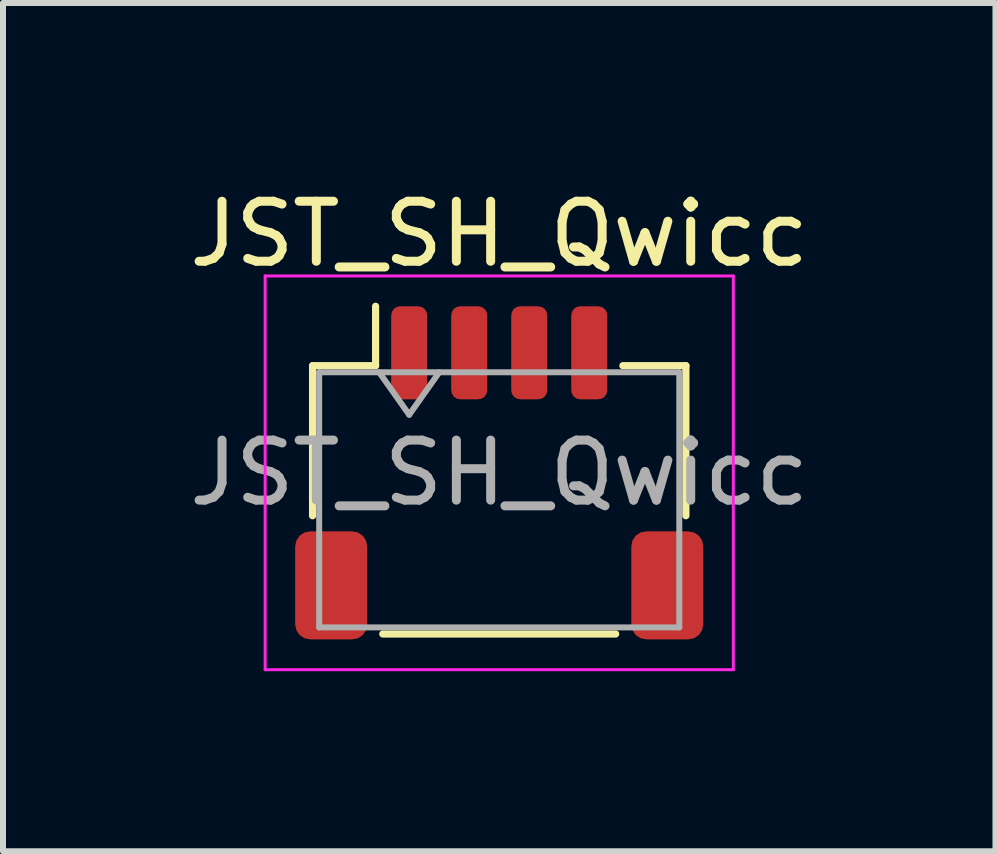
<source format=kicad_pcb>
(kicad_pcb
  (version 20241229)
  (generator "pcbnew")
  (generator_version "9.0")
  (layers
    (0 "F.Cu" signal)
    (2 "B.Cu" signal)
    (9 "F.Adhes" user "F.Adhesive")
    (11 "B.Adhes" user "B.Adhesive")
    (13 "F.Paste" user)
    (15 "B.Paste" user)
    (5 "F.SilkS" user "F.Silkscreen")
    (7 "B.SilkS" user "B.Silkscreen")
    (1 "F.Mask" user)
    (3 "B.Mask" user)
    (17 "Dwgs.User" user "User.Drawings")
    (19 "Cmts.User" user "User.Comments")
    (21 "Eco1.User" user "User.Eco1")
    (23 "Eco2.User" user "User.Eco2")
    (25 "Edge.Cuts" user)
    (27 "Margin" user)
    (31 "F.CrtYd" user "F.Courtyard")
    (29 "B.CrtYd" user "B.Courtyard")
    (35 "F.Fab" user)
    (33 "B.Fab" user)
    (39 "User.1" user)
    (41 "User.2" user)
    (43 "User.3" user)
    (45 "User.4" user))
  (footprint "JST_SH_Qwicc"
    (layer "F.Cu")
    (at 5.268 4.828)
    (property "Reference" "JST_SH_Qwicc" (at 0 -3.98 0) (layer "F.SilkS") (effects (font (size 1 1) (thickness 0.15))))
    (attr smd)
    (fp_line (start -3.11 -1.785) (end -2.06 -1.785) (stroke (width 0.12) (type solid)) (layer "F.SilkS"))
    (fp_line (start -3.11 0.715) (end -3.11 -1.785) (stroke (width 0.12) (type solid)) (layer "F.SilkS"))
    (fp_line (start -2.06 -1.785) (end -2.06 -2.775) (stroke (width 0.12) (type solid)) (layer "F.SilkS"))
    (fp_line (start -1.94 2.685) (end 1.94 2.685) (stroke (width 0.12) (type solid)) (layer "F.SilkS"))
    (fp_line (start 3.11 -1.785) (end 2.06 -1.785) (stroke (width 0.12) (type solid)) (layer "F.SilkS"))
    (fp_line (start 3.11 0.715) (end 3.11 -1.785) (stroke (width 0.12) (type solid)) (layer "F.SilkS"))
    (fp_line (start -3.9 -3.28) (end -3.9 3.28) (stroke (width 0.05) (type solid)) (layer "F.CrtYd"))
    (fp_line (start -3.9 3.28) (end 3.9 3.28) (stroke (width 0.05) (type solid)) (layer "F.CrtYd"))
    (fp_line (start 3.9 -3.28) (end -3.9 -3.28) (stroke (width 0.05) (type solid)) (layer "F.CrtYd"))
    (fp_line (start 3.9 3.28) (end 3.9 -3.28) (stroke (width 0.05) (type solid)) (layer "F.CrtYd"))
    (fp_line (start -3 -1.675) (end -3 2.575) (stroke (width 0.1) (type solid)) (layer "F.Fab"))
    (fp_line (start -3 -1.675) (end 3 -1.675) (stroke (width 0.1) (type solid)) (layer "F.Fab"))
    (fp_line (start -3 2.575) (end 3 2.575) (stroke (width 0.1) (type solid)) (layer "F.Fab"))
    (fp_line (start -2 -1.675) (end -1.5 -0.968) (stroke (width 0.1) (type solid)) (layer "F.Fab"))
    (fp_line (start -1.5 -0.968) (end -1 -1.675) (stroke (width 0.1) (type solid)) (layer "F.Fab"))
    (fp_line (start 3 -1.675) (end 3 2.575) (stroke (width 0.1) (type solid)) (layer "F.Fab"))
    (fp_text user "${REFERENCE}" (at 0 0 0) (layer "F.Fab") (effects (font (size 1 1) (thickness 0.15))))
    (pad "1" smd roundrect (at -1.5 -2) (size 0.6 1.55) (layers "F.Cu" "F.Mask" "F.Paste") (roundrect_rratio 0.25))
    (pad "2" smd roundrect (at -0.5 -2) (size 0.6 1.55) (layers "F.Cu" "F.Mask" "F.Paste") (roundrect_rratio 0.25))
    (pad "3" smd roundrect (at 0.5 -2) (size 0.6 1.55) (layers "F.Cu" "F.Mask" "F.Paste") (roundrect_rratio 0.25))
    (pad "4" smd roundrect (at 1.5 -2) (size 0.6 1.55) (layers "F.Cu" "F.Mask" "F.Paste") (roundrect_rratio 0.25))
    (pad "MP" smd roundrect (at -2.8 1.875) (size 1.2 1.8) (layers "F.Cu" "F.Mask" "F.Paste") (roundrect_rratio 0.208))
    (pad "MP" smd roundrect (at 2.8 1.875) (size 1.2 1.8) (layers "F.Cu" "F.Mask" "F.Paste") (roundrect_rratio 0.208)))
  (gr_rect
    (start -3 -3)
    (end 13.536 11.133)
    (stroke (width 0.1) (type default))
    (fill no)
    (layer "Edge.Cuts")))
</source>
